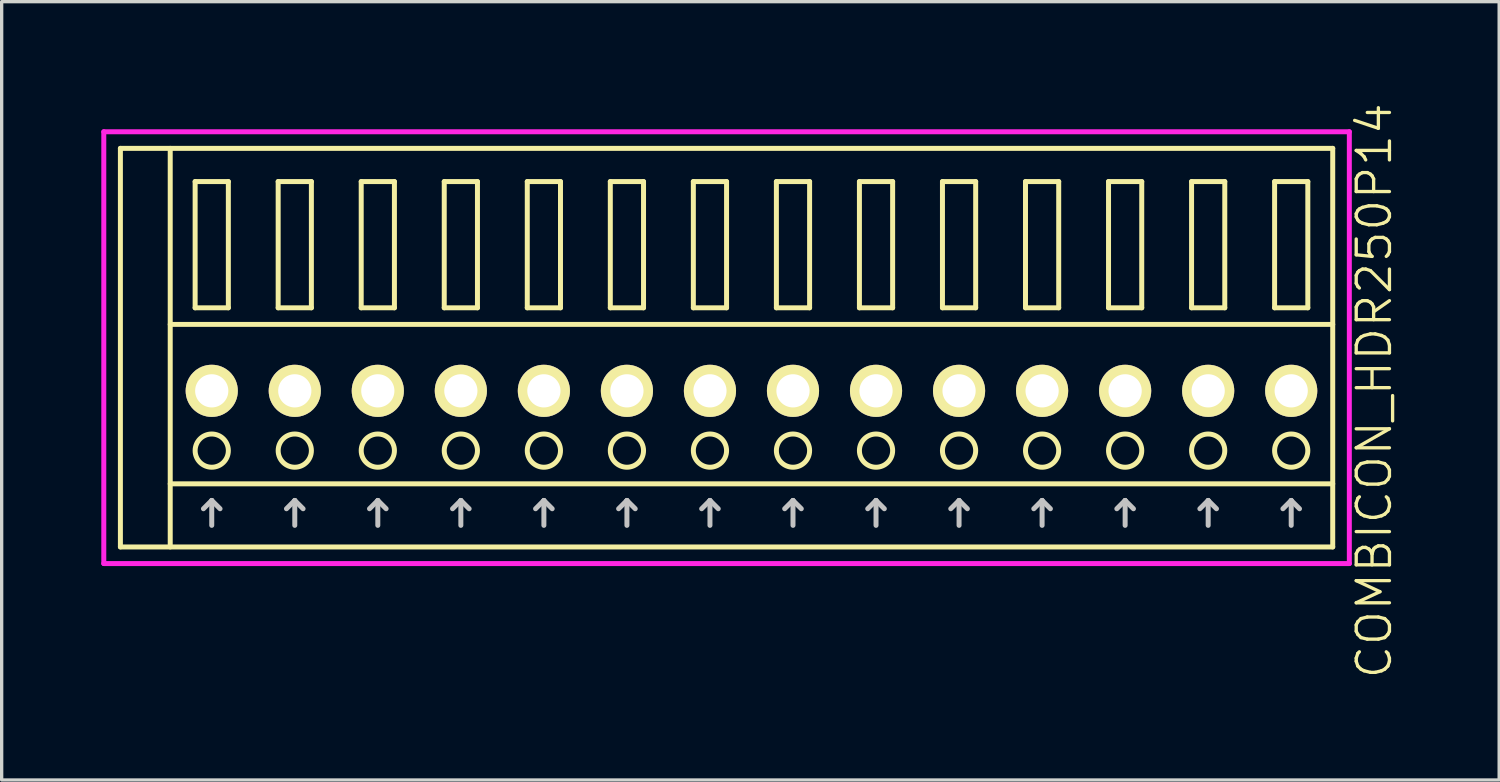
<source format=kicad_pcb>
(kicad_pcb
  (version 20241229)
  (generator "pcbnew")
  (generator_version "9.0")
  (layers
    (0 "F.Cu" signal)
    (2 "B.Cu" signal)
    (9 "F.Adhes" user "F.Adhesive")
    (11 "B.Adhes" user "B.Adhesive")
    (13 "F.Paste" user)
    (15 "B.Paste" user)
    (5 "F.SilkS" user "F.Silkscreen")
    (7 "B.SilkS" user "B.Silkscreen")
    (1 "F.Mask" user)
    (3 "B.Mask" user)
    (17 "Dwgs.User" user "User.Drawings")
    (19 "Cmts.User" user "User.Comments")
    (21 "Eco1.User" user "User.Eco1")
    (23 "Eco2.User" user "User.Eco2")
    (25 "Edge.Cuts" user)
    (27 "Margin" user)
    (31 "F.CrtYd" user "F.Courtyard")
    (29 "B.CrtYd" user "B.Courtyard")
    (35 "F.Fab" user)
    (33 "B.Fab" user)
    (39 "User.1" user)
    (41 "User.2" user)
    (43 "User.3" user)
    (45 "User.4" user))
  (footprint "COMBICON_HDR250P14"
    (layer "F.Cu")
    (at 19.575 8.717)
    (property "Reference" "COMBICON_HDR250P14" (at 18.75 0 90) (layer "F.SilkS") (effects (font (size 1 1) (thickness 0.1))))
    (attr through_hole)
    (fp_line (start -19 -7.3) (end -19 4.7) (stroke (width 0.15) (type solid)) (layer "F.SilkS"))
    (fp_line (start -19 4.7) (end 17.5 4.7) (stroke (width 0.15) (type solid)) (layer "F.SilkS"))
    (fp_line (start -17.5 -2) (end 17.5 -2) (stroke (width 0.15) (type solid)) (layer "F.SilkS"))
    (fp_line (start -17.5 2.8) (end 17.5 2.8) (stroke (width 0.15) (type solid)) (layer "F.SilkS"))
    (fp_line (start -17.5 4.7) (end -17.5 -7.3) (stroke (width 0.15) (type solid)) (layer "F.SilkS"))
    (fp_line (start -16.75 -6.3) (end -16.75 -2.5) (stroke (width 0.15) (type solid)) (layer "F.SilkS"))
    (fp_line (start -16.75 -2.5) (end -15.75 -2.5) (stroke (width 0.15) (type solid)) (layer "F.SilkS"))
    (fp_line (start -15.75 -6.3) (end -16.75 -6.3) (stroke (width 0.15) (type solid)) (layer "F.SilkS"))
    (fp_line (start -15.75 -2.5) (end -15.75 -6.3) (stroke (width 0.15) (type solid)) (layer "F.SilkS"))
    (fp_line (start -14.25 -6.3) (end -14.25 -2.5) (stroke (width 0.15) (type solid)) (layer "F.SilkS"))
    (fp_line (start -14.25 -2.5) (end -13.25 -2.5) (stroke (width 0.15) (type solid)) (layer "F.SilkS"))
    (fp_line (start -13.25 -6.3) (end -14.25 -6.3) (stroke (width 0.15) (type solid)) (layer "F.SilkS"))
    (fp_line (start -13.25 -2.5) (end -13.25 -6.3) (stroke (width 0.15) (type solid)) (layer "F.SilkS"))
    (fp_line (start -11.75 -6.3) (end -11.75 -2.5) (stroke (width 0.15) (type solid)) (layer "F.SilkS"))
    (fp_line (start -11.75 -2.5) (end -10.75 -2.5) (stroke (width 0.15) (type solid)) (layer "F.SilkS"))
    (fp_line (start -10.75 -6.3) (end -11.75 -6.3) (stroke (width 0.15) (type solid)) (layer "F.SilkS"))
    (fp_line (start -10.75 -2.5) (end -10.75 -6.3) (stroke (width 0.15) (type solid)) (layer "F.SilkS"))
    (fp_line (start -9.25 -6.3) (end -9.25 -2.5) (stroke (width 0.15) (type solid)) (layer "F.SilkS"))
    (fp_line (start -9.25 -2.5) (end -8.25 -2.5) (stroke (width 0.15) (type solid)) (layer "F.SilkS"))
    (fp_line (start -8.25 -6.3) (end -9.25 -6.3) (stroke (width 0.15) (type solid)) (layer "F.SilkS"))
    (fp_line (start -8.25 -2.5) (end -8.25 -6.3) (stroke (width 0.15) (type solid)) (layer "F.SilkS"))
    (fp_line (start -6.75 -6.3) (end -6.75 -2.5) (stroke (width 0.15) (type solid)) (layer "F.SilkS"))
    (fp_line (start -6.75 -2.5) (end -5.75 -2.5) (stroke (width 0.15) (type solid)) (layer "F.SilkS"))
    (fp_line (start -5.75 -6.3) (end -6.75 -6.3) (stroke (width 0.15) (type solid)) (layer "F.SilkS"))
    (fp_line (start -5.75 -2.5) (end -5.75 -6.3) (stroke (width 0.15) (type solid)) (layer "F.SilkS"))
    (fp_line (start -4.25 -6.3) (end -4.25 -2.5) (stroke (width 0.15) (type solid)) (layer "F.SilkS"))
    (fp_line (start -4.25 -2.5) (end -3.25 -2.5) (stroke (width 0.15) (type solid)) (layer "F.SilkS"))
    (fp_line (start -3.25 -6.3) (end -4.25 -6.3) (stroke (width 0.15) (type solid)) (layer "F.SilkS"))
    (fp_line (start -3.25 -2.5) (end -3.25 -6.3) (stroke (width 0.15) (type solid)) (layer "F.SilkS"))
    (fp_line (start -1.75 -6.3) (end -1.75 -2.5) (stroke (width 0.15) (type solid)) (layer "F.SilkS"))
    (fp_line (start -1.75 -2.5) (end -0.75 -2.5) (stroke (width 0.15) (type solid)) (layer "F.SilkS"))
    (fp_line (start -0.75 -6.3) (end -1.75 -6.3) (stroke (width 0.15) (type solid)) (layer "F.SilkS"))
    (fp_line (start -0.75 -2.5) (end -0.75 -6.3) (stroke (width 0.15) (type solid)) (layer "F.SilkS"))
    (fp_line (start 0.75 -6.3) (end 0.75 -2.5) (stroke (width 0.15) (type solid)) (layer "F.SilkS"))
    (fp_line (start 0.75 -2.5) (end 1.75 -2.5) (stroke (width 0.15) (type solid)) (layer "F.SilkS"))
    (fp_line (start 1.75 -6.3) (end 0.75 -6.3) (stroke (width 0.15) (type solid)) (layer "F.SilkS"))
    (fp_line (start 1.75 -2.5) (end 1.75 -6.3) (stroke (width 0.15) (type solid)) (layer "F.SilkS"))
    (fp_line (start 3.25 -6.3) (end 3.25 -2.5) (stroke (width 0.15) (type solid)) (layer "F.SilkS"))
    (fp_line (start 3.25 -2.5) (end 4.25 -2.5) (stroke (width 0.15) (type solid)) (layer "F.SilkS"))
    (fp_line (start 4.25 -6.3) (end 3.25 -6.3) (stroke (width 0.15) (type solid)) (layer "F.SilkS"))
    (fp_line (start 4.25 -2.5) (end 4.25 -6.3) (stroke (width 0.15) (type solid)) (layer "F.SilkS"))
    (fp_line (start 5.75 -6.3) (end 5.75 -2.5) (stroke (width 0.15) (type solid)) (layer "F.SilkS"))
    (fp_line (start 5.75 -2.5) (end 6.75 -2.5) (stroke (width 0.15) (type solid)) (layer "F.SilkS"))
    (fp_line (start 6.75 -6.3) (end 5.75 -6.3) (stroke (width 0.15) (type solid)) (layer "F.SilkS"))
    (fp_line (start 6.75 -2.5) (end 6.75 -6.3) (stroke (width 0.15) (type solid)) (layer "F.SilkS"))
    (fp_line (start 8.25 -6.3) (end 8.25 -2.5) (stroke (width 0.15) (type solid)) (layer "F.SilkS"))
    (fp_line (start 8.25 -2.5) (end 9.25 -2.5) (stroke (width 0.15) (type solid)) (layer "F.SilkS"))
    (fp_line (start 9.25 -6.3) (end 8.25 -6.3) (stroke (width 0.15) (type solid)) (layer "F.SilkS"))
    (fp_line (start 9.25 -2.5) (end 9.25 -6.3) (stroke (width 0.15) (type solid)) (layer "F.SilkS"))
    (fp_line (start 10.75 -6.3) (end 10.75 -2.5) (stroke (width 0.15) (type solid)) (layer "F.SilkS"))
    (fp_line (start 10.75 -2.5) (end 11.75 -2.5) (stroke (width 0.15) (type solid)) (layer "F.SilkS"))
    (fp_line (start 11.75 -6.3) (end 10.75 -6.3) (stroke (width 0.15) (type solid)) (layer "F.SilkS"))
    (fp_line (start 11.75 -2.5) (end 11.75 -6.3) (stroke (width 0.15) (type solid)) (layer "F.SilkS"))
    (fp_line (start 13.25 -6.3) (end 13.25 -2.5) (stroke (width 0.15) (type solid)) (layer "F.SilkS"))
    (fp_line (start 13.25 -2.5) (end 14.25 -2.5) (stroke (width 0.15) (type solid)) (layer "F.SilkS"))
    (fp_line (start 14.25 -6.3) (end 13.25 -6.3) (stroke (width 0.15) (type solid)) (layer "F.SilkS"))
    (fp_line (start 14.25 -2.5) (end 14.25 -6.3) (stroke (width 0.15) (type solid)) (layer "F.SilkS"))
    (fp_line (start 15.75 -6.3) (end 15.75 -2.5) (stroke (width 0.15) (type solid)) (layer "F.SilkS"))
    (fp_line (start 15.75 -2.5) (end 16.75 -2.5) (stroke (width 0.15) (type solid)) (layer "F.SilkS"))
    (fp_line (start 16.75 -6.3) (end 15.75 -6.3) (stroke (width 0.15) (type solid)) (layer "F.SilkS"))
    (fp_line (start 16.75 -2.5) (end 16.75 -6.3) (stroke (width 0.15) (type solid)) (layer "F.SilkS"))
    (fp_line (start 17.5 -7.3) (end -19 -7.3) (stroke (width 0.15) (type solid)) (layer "F.SilkS"))
    (fp_line (start 17.5 4.7) (end 17.5 -7.3) (stroke (width 0.15) (type solid)) (layer "F.SilkS"))
    (fp_circle (center -16.25 1.8) (end -15.75 1.8) (stroke (width 0.15) (type solid)) (fill no) (layer "F.SilkS"))
    (fp_circle (center -13.75 1.8) (end -13.25 1.8) (stroke (width 0.15) (type solid)) (fill no) (layer "F.SilkS"))
    (fp_circle (center -11.25 1.8) (end -10.75 1.8) (stroke (width 0.15) (type solid)) (fill no) (layer "F.SilkS"))
    (fp_circle (center -8.75 1.8) (end -8.25 1.8) (stroke (width 0.15) (type solid)) (fill no) (layer "F.SilkS"))
    (fp_circle (center -6.25 1.8) (end -5.75 1.8) (stroke (width 0.15) (type solid)) (fill no) (layer "F.SilkS"))
    (fp_circle (center -3.75 1.8) (end -3.25 1.8) (stroke (width 0.15) (type solid)) (fill no) (layer "F.SilkS"))
    (fp_circle (center -1.25 1.8) (end -0.75 1.8) (stroke (width 0.15) (type solid)) (fill no) (layer "F.SilkS"))
    (fp_circle (center 1.25 1.8) (end 1.75 1.8) (stroke (width 0.15) (type solid)) (fill no) (layer "F.SilkS"))
    (fp_circle (center 3.75 1.8) (end 4.25 1.8) (stroke (width 0.15) (type solid)) (fill no) (layer "F.SilkS"))
    (fp_circle (center 6.25 1.8) (end 6.75 1.8) (stroke (width 0.15) (type solid)) (fill no) (layer "F.SilkS"))
    (fp_circle (center 8.75 1.8) (end 9.25 1.8) (stroke (width 0.15) (type solid)) (fill no) (layer "F.SilkS"))
    (fp_circle (center 11.25 1.8) (end 11.75 1.8) (stroke (width 0.15) (type solid)) (fill no) (layer "F.SilkS"))
    (fp_circle (center 13.75 1.8) (end 14.25 1.8) (stroke (width 0.15) (type solid)) (fill no) (layer "F.SilkS"))
    (fp_circle (center 16.25 1.8) (end 16.75 1.8) (stroke (width 0.15) (type solid)) (fill no) (layer "F.SilkS"))
    (fp_line (start -16.5 3.55) (end -16.25 3.3) (stroke (width 0.15) (type solid)) (layer "Dwgs.User"))
    (fp_line (start -16.25 4.05) (end -16.25 3.3) (stroke (width 0.15) (type solid)) (layer "Dwgs.User"))
    (fp_line (start -16 3.55) (end -16.25 3.3) (stroke (width 0.15) (type solid)) (layer "Dwgs.User"))
    (fp_line (start -14 3.55) (end -13.75 3.3) (stroke (width 0.15) (type solid)) (layer "Dwgs.User"))
    (fp_line (start -13.75 4.05) (end -13.75 3.3) (stroke (width 0.15) (type solid)) (layer "Dwgs.User"))
    (fp_line (start -13.5 3.55) (end -13.75 3.3) (stroke (width 0.15) (type solid)) (layer "Dwgs.User"))
    (fp_line (start -11.5 3.55) (end -11.25 3.3) (stroke (width 0.15) (type solid)) (layer "Dwgs.User"))
    (fp_line (start -11.25 4.05) (end -11.25 3.3) (stroke (width 0.15) (type solid)) (layer "Dwgs.User"))
    (fp_line (start -11 3.55) (end -11.25 3.3) (stroke (width 0.15) (type solid)) (layer "Dwgs.User"))
    (fp_line (start -9 3.55) (end -8.75 3.3) (stroke (width 0.15) (type solid)) (layer "Dwgs.User"))
    (fp_line (start -8.75 4.05) (end -8.75 3.3) (stroke (width 0.15) (type solid)) (layer "Dwgs.User"))
    (fp_line (start -8.5 3.55) (end -8.75 3.3) (stroke (width 0.15) (type solid)) (layer "Dwgs.User"))
    (fp_line (start -6.5 3.55) (end -6.25 3.3) (stroke (width 0.15) (type solid)) (layer "Dwgs.User"))
    (fp_line (start -6.25 4.05) (end -6.25 3.3) (stroke (width 0.15) (type solid)) (layer "Dwgs.User"))
    (fp_line (start -6 3.55) (end -6.25 3.3) (stroke (width 0.15) (type solid)) (layer "Dwgs.User"))
    (fp_line (start -4 3.55) (end -3.75 3.3) (stroke (width 0.15) (type solid)) (layer "Dwgs.User"))
    (fp_line (start -3.75 4.05) (end -3.75 3.3) (stroke (width 0.15) (type solid)) (layer "Dwgs.User"))
    (fp_line (start -3.5 3.55) (end -3.75 3.3) (stroke (width 0.15) (type solid)) (layer "Dwgs.User"))
    (fp_line (start -1.5 3.55) (end -1.25 3.3) (stroke (width 0.15) (type solid)) (layer "Dwgs.User"))
    (fp_line (start -1.25 4.05) (end -1.25 3.3) (stroke (width 0.15) (type solid)) (layer "Dwgs.User"))
    (fp_line (start -1 3.55) (end -1.25 3.3) (stroke (width 0.15) (type solid)) (layer "Dwgs.User"))
    (fp_line (start 1 3.55) (end 1.25 3.3) (stroke (width 0.15) (type solid)) (layer "Dwgs.User"))
    (fp_line (start 1.25 4.05) (end 1.25 3.3) (stroke (width 0.15) (type solid)) (layer "Dwgs.User"))
    (fp_line (start 1.5 3.55) (end 1.25 3.3) (stroke (width 0.15) (type solid)) (layer "Dwgs.User"))
    (fp_line (start 3.5 3.55) (end 3.75 3.3) (stroke (width 0.15) (type solid)) (layer "Dwgs.User"))
    (fp_line (start 3.75 4.05) (end 3.75 3.3) (stroke (width 0.15) (type solid)) (layer "Dwgs.User"))
    (fp_line (start 4 3.55) (end 3.75 3.3) (stroke (width 0.15) (type solid)) (layer "Dwgs.User"))
    (fp_line (start 6 3.55) (end 6.25 3.3) (stroke (width 0.15) (type solid)) (layer "Dwgs.User"))
    (fp_line (start 6.25 4.05) (end 6.25 3.3) (stroke (width 0.15) (type solid)) (layer "Dwgs.User"))
    (fp_line (start 6.5 3.55) (end 6.25 3.3) (stroke (width 0.15) (type solid)) (layer "Dwgs.User"))
    (fp_line (start 8.5 3.55) (end 8.75 3.3) (stroke (width 0.15) (type solid)) (layer "Dwgs.User"))
    (fp_line (start 8.75 4.05) (end 8.75 3.3) (stroke (width 0.15) (type solid)) (layer "Dwgs.User"))
    (fp_line (start 9 3.55) (end 8.75 3.3) (stroke (width 0.15) (type solid)) (layer "Dwgs.User"))
    (fp_line (start 11 3.55) (end 11.25 3.3) (stroke (width 0.15) (type solid)) (layer "Dwgs.User"))
    (fp_line (start 11.25 4.05) (end 11.25 3.3) (stroke (width 0.15) (type solid)) (layer "Dwgs.User"))
    (fp_line (start 11.5 3.55) (end 11.25 3.3) (stroke (width 0.15) (type solid)) (layer "Dwgs.User"))
    (fp_line (start 13.5 3.55) (end 13.75 3.3) (stroke (width 0.15) (type solid)) (layer "Dwgs.User"))
    (fp_line (start 13.75 4.05) (end 13.75 3.3) (stroke (width 0.15) (type solid)) (layer "Dwgs.User"))
    (fp_line (start 14 3.55) (end 13.75 3.3) (stroke (width 0.15) (type solid)) (layer "Dwgs.User"))
    (fp_line (start 16 3.55) (end 16.25 3.3) (stroke (width 0.15) (type solid)) (layer "Dwgs.User"))
    (fp_line (start 16.25 4.05) (end 16.25 3.3) (stroke (width 0.15) (type solid)) (layer "Dwgs.User"))
    (fp_line (start 16.5 3.55) (end 16.25 3.3) (stroke (width 0.15) (type solid)) (layer "Dwgs.User"))
    (fp_line (start -19.5 -7.8) (end -19.5 5.2) (stroke (width 0.15) (type solid)) (layer "F.CrtYd"))
    (fp_line (start -19.5 5.2) (end 18 5.2) (stroke (width 0.15) (type solid)) (layer "F.CrtYd"))
    (fp_line (start 18 -7.8) (end -19.5 -7.8) (stroke (width 0.15) (type solid)) (layer "F.CrtYd"))
    (fp_line (start 18 5.2) (end 18 -7.8) (stroke (width 0.15) (type solid)) (layer "F.CrtYd"))
    (pad "1" thru_hole oval (at -16.25 0) (size 1.57 1.57) (drill 1) (layers "*.Cu" "*.Mask" "F.SilkS"))
    (pad "2" thru_hole oval (at -13.75 0) (size 1.57 1.57) (drill 1) (layers "*.Cu" "*.Mask" "F.SilkS"))
    (pad "3" thru_hole oval (at -11.25 0) (size 1.57 1.57) (drill 1) (layers "*.Cu" "*.Mask" "F.SilkS"))
    (pad "4" thru_hole oval (at -8.75 0) (size 1.57 1.57) (drill 1) (layers "*.Cu" "*.Mask" "F.SilkS"))
    (pad "5" thru_hole oval (at -6.25 0) (size 1.57 1.57) (drill 1) (layers "*.Cu" "*.Mask" "F.SilkS"))
    (pad "6" thru_hole oval (at -3.75 0) (size 1.57 1.57) (drill 1) (layers "*.Cu" "*.Mask" "F.SilkS"))
    (pad "7" thru_hole oval (at -1.25 0) (size 1.57 1.57) (drill 1) (layers "*.Cu" "*.Mask" "F.SilkS"))
    (pad "8" thru_hole oval (at 1.25 0) (size 1.57 1.57) (drill 1) (layers "*.Cu" "*.Mask" "F.SilkS"))
    (pad "9" thru_hole oval (at 3.75 0) (size 1.57 1.57) (drill 1) (layers "*.Cu" "*.Mask" "F.SilkS"))
    (pad "10" thru_hole oval (at 6.25 0) (size 1.57 1.57) (drill 1) (layers "*.Cu" "*.Mask" "F.SilkS"))
    (pad "11" thru_hole oval (at 8.75 0) (size 1.57 1.57) (drill 1) (layers "*.Cu" "*.Mask" "F.SilkS"))
    (pad "12" thru_hole oval (at 11.25 0) (size 1.57 1.57) (drill 1) (layers "*.Cu" "*.Mask" "F.SilkS"))
    (pad "13" thru_hole oval (at 13.75 0) (size 1.57 1.57) (drill 1) (layers "*.Cu" "*.Mask" "F.SilkS"))
    (pad "14" thru_hole oval (at 16.25 0) (size 1.57 1.57) (drill 1) (layers "*.Cu" "*.Mask" "F.SilkS")))
  (gr_rect
    (start -3 -3)
    (end 42.086 20.433)
    (stroke (width 0.1) (type default))
    (fill no)
    (layer "Edge.Cuts")))
</source>
